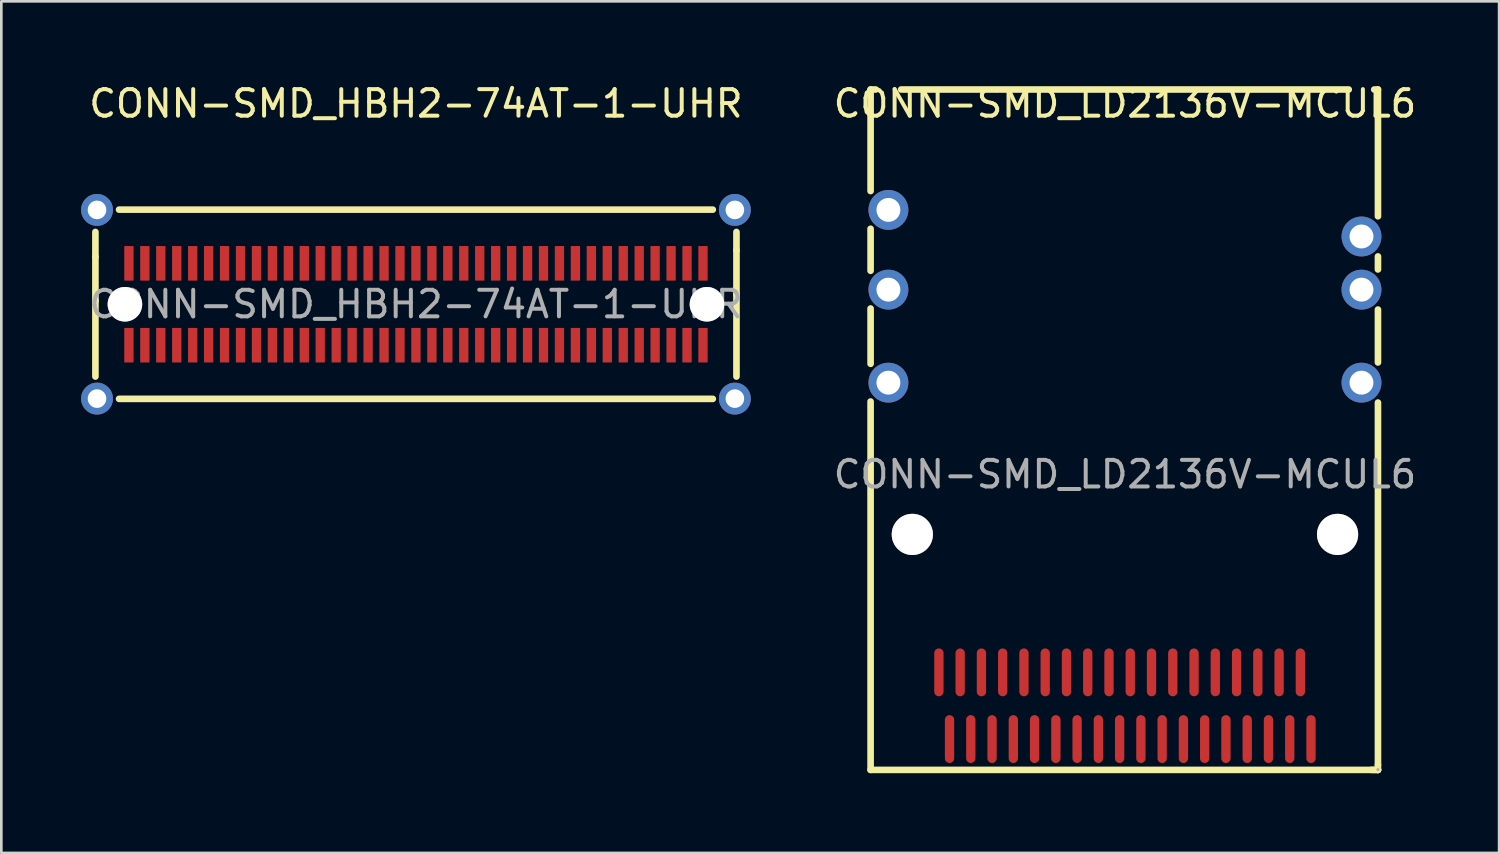
<source format=kicad_pcb>
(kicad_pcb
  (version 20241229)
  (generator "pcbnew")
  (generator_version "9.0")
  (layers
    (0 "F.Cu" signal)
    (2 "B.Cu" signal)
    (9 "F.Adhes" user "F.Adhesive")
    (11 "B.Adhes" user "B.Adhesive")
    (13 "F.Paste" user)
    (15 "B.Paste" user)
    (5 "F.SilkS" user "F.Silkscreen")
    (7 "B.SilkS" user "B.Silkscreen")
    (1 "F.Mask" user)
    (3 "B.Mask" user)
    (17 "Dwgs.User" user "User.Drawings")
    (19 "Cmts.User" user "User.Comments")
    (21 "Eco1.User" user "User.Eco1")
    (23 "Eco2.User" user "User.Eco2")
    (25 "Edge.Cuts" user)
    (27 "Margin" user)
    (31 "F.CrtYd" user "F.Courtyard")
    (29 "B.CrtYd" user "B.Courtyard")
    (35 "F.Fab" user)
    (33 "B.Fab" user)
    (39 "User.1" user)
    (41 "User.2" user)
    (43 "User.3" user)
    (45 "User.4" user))
  (footprint "CONN-SMD_LD2136V-MCUL6"
    (layer "F.Cu")
    (at 39.277 14.798)
    (property "Reference" "CONN-SMD_LD2136V-MCUL6" (at 0 -13.95 0) (layer "F.SilkS") (effects (font (size 1 1) (thickness 0.15))))
    (attr smd)
    (fp_line (start -9.57 -14.48) (end -9.38 -14.48) (stroke (width 0.25) (type solid)) (layer "F.SilkS"))
    (fp_line (start -9.57 -10.66) (end -9.57 -14.48) (stroke (width 0.25) (type solid)) (layer "F.SilkS"))
    (fp_line (start -9.57 -7.66) (end -9.57 -9.24) (stroke (width 0.25) (type solid)) (layer "F.SilkS"))
    (fp_line (start -9.57 -4.16) (end -9.57 -6.24) (stroke (width 0.25) (type solid)) (layer "F.SilkS"))
    (fp_line (start -9.57 11.12) (end -9.57 -2.74) (stroke (width 0.25) (type solid)) (layer "F.SilkS"))
    (fp_line (start -8.42 -14.48) (end 8.42 -14.48) (stroke (width 0.25) (type solid)) (layer "F.SilkS"))
    (fp_line (start 9.38 -14.48) (end 9.52 -14.48) (stroke (width 0.25) (type solid)) (layer "F.SilkS"))
    (fp_line (start 9.52 -14.48) (end 9.52 -9.71) (stroke (width 0.25) (type solid)) (layer "F.SilkS"))
    (fp_line (start 9.52 -8.2) (end 9.52 -7.71) (stroke (width 0.25) (type solid)) (layer "F.SilkS"))
    (fp_line (start 9.52 -6.2) (end 9.52 -4.21) (stroke (width 0.25) (type solid)) (layer "F.SilkS"))
    (fp_line (start 9.52 -2.7) (end 9.52 10.93) (stroke (width 0.25) (type solid)) (layer "F.SilkS"))
    (fp_line (start 9.52 10.93) (end 9.52 11.12) (stroke (width 0.25) (type solid)) (layer "F.SilkS"))
    (fp_line (start 9.52 11.11) (end 9.52 11.12) (stroke (width 0.25) (type solid)) (layer "F.SilkS"))
    (fp_line (start 9.52 11.12) (end -9.57 11.12) (stroke (width 0.25) (type solid)) (layer "F.SilkS"))
    (fp_line (start 9.52 11.12) (end 9.28 11.12) (stroke (width 0.25) (type solid)) (layer "F.SilkS"))
    (fp_circle (center -8 2.26) (end -7.65 2.26) (stroke (width 0.7) (type solid)) (fill no) (layer "Cmts.User"))
    (fp_circle (center 8 2.26) (end 8.35 2.26) (stroke (width 0.7) (type solid)) (fill no) (layer "Cmts.User"))
    (fp_circle (center 9.52 11.11) (end 9.55 11.11) (stroke (width 0.06) (type solid)) (fill no) (layer "F.Fab"))
    (fp_text user "${REFERENCE}" (at 0 0 0) (layer "F.Fab") (effects (font (size 1 1) (thickness 0.15))))
    (pad "" thru_hole circle (at -8 2.26) (size 1.55 1.55) (drill 1.55) (layers "*.Cu" "*.Mask"))
    (pad "" thru_hole circle (at 8 2.26) (size 1.55 1.55) (drill 1.55) (layers "*.Cu" "*.Mask"))
    (pad "A1" smd oval (at 6.6 7.45) (size 0.35 1.8) (layers "F.Cu" "F.Mask" "F.Paste"))
    (pad "A2" smd oval (at 5.8 7.45) (size 0.35 1.8) (layers "F.Cu" "F.Mask" "F.Paste"))
    (pad "A3" smd oval (at 5 7.45) (size 0.35 1.8) (layers "F.Cu" "F.Mask" "F.Paste"))
    (pad "A4" smd oval (at 4.2 7.45) (size 0.35 1.8) (layers "F.Cu" "F.Mask" "F.Paste"))
    (pad "A5" smd oval (at 3.4 7.45) (size 0.35 1.8) (layers "F.Cu" "F.Mask" "F.Paste"))
    (pad "A6" smd oval (at 2.6 7.45) (size 0.35 1.8) (layers "F.Cu" "F.Mask" "F.Paste"))
    (pad "A7" smd oval (at 1.8 7.45) (size 0.35 1.8) (layers "F.Cu" "F.Mask" "F.Paste"))
    (pad "A8" smd oval (at 1 7.45) (size 0.35 1.8) (layers "F.Cu" "F.Mask" "F.Paste"))
    (pad "A9" smd oval (at 0.2 7.45) (size 0.35 1.8) (layers "F.Cu" "F.Mask" "F.Paste"))
    (pad "A10" smd oval (at -0.6 7.45) (size 0.35 1.8) (layers "F.Cu" "F.Mask" "F.Paste"))
    (pad "A11" smd oval (at -1.4 7.45) (size 0.35 1.8) (layers "F.Cu" "F.Mask" "F.Paste"))
    (pad "A12" smd oval (at -2.2 7.45) (size 0.35 1.8) (layers "F.Cu" "F.Mask" "F.Paste"))
    (pad "A13" smd oval (at -3 7.45) (size 0.35 1.8) (layers "F.Cu" "F.Mask" "F.Paste"))
    (pad "A14" smd oval (at -3.8 7.45) (size 0.35 1.8) (layers "F.Cu" "F.Mask" "F.Paste"))
    (pad "A15" smd oval (at -4.6 7.45) (size 0.35 1.8) (layers "F.Cu" "F.Mask" "F.Paste"))
    (pad "A16" smd oval (at -5.4 7.45) (size 0.35 1.8) (layers "F.Cu" "F.Mask" "F.Paste"))
    (pad "A17" smd oval (at -6.2 7.45) (size 0.35 1.8) (layers "F.Cu" "F.Mask" "F.Paste"))
    (pad "A18" smd oval (at -7 7.45) (size 0.35 1.8) (layers "F.Cu" "F.Mask" "F.Paste"))
    (pad "B1" smd oval (at 7 9.96) (size 0.35 1.8) (layers "F.Cu" "F.Mask" "F.Paste"))
    (pad "B2" smd oval (at 6.2 9.96) (size 0.35 1.8) (layers "F.Cu" "F.Mask" "F.Paste"))
    (pad "B3" smd oval (at 5.4 9.96) (size 0.35 1.8) (layers "F.Cu" "F.Mask" "F.Paste"))
    (pad "B4" smd oval (at 4.6 9.96) (size 0.35 1.8) (layers "F.Cu" "F.Mask" "F.Paste"))
    (pad "B5" smd oval (at 3.8 9.96) (size 0.35 1.8) (layers "F.Cu" "F.Mask" "F.Paste"))
    (pad "B6" smd oval (at 3 9.96) (size 0.35 1.8) (layers "F.Cu" "F.Mask" "F.Paste"))
    (pad "B7" smd oval (at 2.2 9.96) (size 0.35 1.8) (layers "F.Cu" "F.Mask" "F.Paste"))
    (pad "B8" smd oval (at 1.4 9.96) (size 0.35 1.8) (layers "F.Cu" "F.Mask" "F.Paste"))
    (pad "B9" smd oval (at 0.6 9.96) (size 0.35 1.8) (layers "F.Cu" "F.Mask" "F.Paste"))
    (pad "B10" smd oval (at -0.2 9.96) (size 0.35 1.8) (layers "F.Cu" "F.Mask" "F.Paste"))
    (pad "B11" smd oval (at -1 9.96) (size 0.35 1.8) (layers "F.Cu" "F.Mask" "F.Paste"))
    (pad "B12" smd oval (at -1.8 9.96) (size 0.35 1.8) (layers "F.Cu" "F.Mask" "F.Paste"))
    (pad "B13" smd oval (at -2.6 9.96) (size 0.35 1.8) (layers "F.Cu" "F.Mask" "F.Paste"))
    (pad "B14" smd oval (at -3.4 9.96) (size 0.35 1.8) (layers "F.Cu" "F.Mask" "F.Paste"))
    (pad "B15" smd oval (at -4.2 9.96) (size 0.35 1.8) (layers "F.Cu" "F.Mask" "F.Paste"))
    (pad "B16" smd oval (at -5 9.96) (size 0.35 1.8) (layers "F.Cu" "F.Mask" "F.Paste"))
    (pad "B17" smd oval (at -5.8 9.96) (size 0.35 1.8) (layers "F.Cu" "F.Mask" "F.Paste"))
    (pad "B18" smd oval (at -6.6 9.96) (size 0.35 1.8) (layers "F.Cu" "F.Mask" "F.Paste"))
    (pad "SH" thru_hole circle (at -8.9 -9.95) (size 1.5 1.5) (drill 0.9) (layers "*.Cu" "*.Mask"))
    (pad "SH" thru_hole circle (at -8.9 -6.95) (size 1.5 1.5) (drill 0.9) (layers "*.Cu" "*.Mask"))
    (pad "SH" thru_hole circle (at -8.9 -3.45) (size 1.5 1.5) (drill 0.9) (layers "*.Cu" "*.Mask"))
    (pad "SH" thru_hole circle (at 8.9 -8.95) (size 1.5 1.5) (drill 0.9) (layers "*.Cu" "*.Mask"))
    (pad "SH" thru_hole circle (at 8.9 -6.95) (size 1.5 1.5) (drill 0.9) (layers "*.Cu" "*.Mask"))
    (pad "SH" thru_hole circle (at 8.9 -3.45) (size 1.5 1.5) (drill 0.9) (layers "*.Cu" "*.Mask")))
  (footprint "CONN-SMD_HBH2-74AT-1-UHR"
    (layer "F.Cu")
    (at 12.6 8.398)
    (property "Reference" "CONN-SMD_HBH2-74AT-1-UHR" (at 0 -7.55 0) (layer "F.SilkS") (effects (font (size 1 1) (thickness 0.15))))
    (attr through_hole)
    (fp_line (start -12.06 -1.78) (end -12.06 -2.72) (stroke (width 0.25) (type solid)) (layer "F.SilkS"))
    (fp_line (start -12.06 -1.78) (end -12.06 -0.13) (stroke (width 0.25) (type solid)) (layer "F.SilkS"))
    (fp_line (start -12.06 -0.13) (end -12.06 2.72) (stroke (width 0.25) (type solid)) (layer "F.SilkS"))
    (fp_line (start -11.17 -3.56) (end 11.17 -3.56) (stroke (width 0.25) (type solid)) (layer "F.SilkS"))
    (fp_line (start -11.17 3.56) (end 11.17 3.56) (stroke (width 0.25) (type solid)) (layer "F.SilkS"))
    (fp_line (start 12.06 -2.03) (end 12.06 -2.72) (stroke (width 0.25) (type solid)) (layer "F.SilkS"))
    (fp_line (start 12.06 -2.03) (end 12.06 -0.38) (stroke (width 0.25) (type solid)) (layer "F.SilkS"))
    (fp_line (start 12.06 -0.38) (end 12.06 2.72) (stroke (width 0.25) (type solid)) (layer "F.SilkS"))
    (fp_text user "${REFERENCE}" (at 0 0 0) (layer "F.Fab") (effects (font (size 1 1) (thickness 0.15))))
    (pad "" thru_hole circle (at -10.95 0) (size 1.3 1.3) (drill 1.3) (layers "*.Cu" "*.Mask"))
    (pad "" thru_hole circle (at 10.95 0) (size 1.3 1.3) (drill 1.3) (layers "*.Cu" "*.Mask"))
    (pad "1" smd rect (at -10.8 1.54) (size 0.35 1.3) (layers "F.Cu" "F.Mask" "F.Paste"))
    (pad "2" smd rect (at -10.2 1.54) (size 0.35 1.3) (layers "F.Cu" "F.Mask" "F.Paste"))
    (pad "3" smd rect (at -9.6 1.54) (size 0.35 1.3) (layers "F.Cu" "F.Mask" "F.Paste"))
    (pad "4" smd rect (at -9 1.54) (size 0.35 1.3) (layers "F.Cu" "F.Mask" "F.Paste"))
    (pad "5" smd rect (at -8.4 1.54) (size 0.35 1.3) (layers "F.Cu" "F.Mask" "F.Paste"))
    (pad "6" smd rect (at -7.8 1.54) (size 0.35 1.3) (layers "F.Cu" "F.Mask" "F.Paste"))
    (pad "7" smd rect (at -7.2 1.54) (size 0.35 1.3) (layers "F.Cu" "F.Mask" "F.Paste"))
    (pad "8" smd rect (at -6.6 1.54) (size 0.35 1.3) (layers "F.Cu" "F.Mask" "F.Paste"))
    (pad "9" smd rect (at -6 1.54) (size 0.35 1.3) (layers "F.Cu" "F.Mask" "F.Paste"))
    (pad "10" smd rect (at -5.4 1.54) (size 0.35 1.3) (layers "F.Cu" "F.Mask" "F.Paste"))
    (pad "11" smd rect (at -4.8 1.54) (size 0.35 1.3) (layers "F.Cu" "F.Mask" "F.Paste"))
    (pad "12" smd rect (at -4.2 1.54) (size 0.35 1.3) (layers "F.Cu" "F.Mask" "F.Paste"))
    (pad "13" smd rect (at -3.6 1.54) (size 0.35 1.3) (layers "F.Cu" "F.Mask" "F.Paste"))
    (pad "14" smd rect (at -3 1.54) (size 0.35 1.3) (layers "F.Cu" "F.Mask" "F.Paste"))
    (pad "15" smd rect (at -2.4 1.54) (size 0.35 1.3) (layers "F.Cu" "F.Mask" "F.Paste"))
    (pad "16" smd rect (at -1.8 1.54) (size 0.35 1.3) (layers "F.Cu" "F.Mask" "F.Paste"))
    (pad "17" smd rect (at -1.2 1.54) (size 0.35 1.3) (layers "F.Cu" "F.Mask" "F.Paste"))
    (pad "18" smd rect (at -0.6 1.54) (size 0.35 1.3) (layers "F.Cu" "F.Mask" "F.Paste"))
    (pad "19" smd rect (at 0 1.54) (size 0.35 1.3) (layers "F.Cu" "F.Mask" "F.Paste"))
    (pad "20" smd rect (at 0.6 1.54) (size 0.35 1.3) (layers "F.Cu" "F.Mask" "F.Paste"))
    (pad "21" smd rect (at 1.2 1.54) (size 0.35 1.3) (layers "F.Cu" "F.Mask" "F.Paste"))
    (pad "22" smd rect (at 1.8 1.54) (size 0.35 1.3) (layers "F.Cu" "F.Mask" "F.Paste"))
    (pad "23" smd rect (at 2.4 1.54) (size 0.35 1.3) (layers "F.Cu" "F.Mask" "F.Paste"))
    (pad "24" smd rect (at 3 1.54) (size 0.35 1.3) (layers "F.Cu" "F.Mask" "F.Paste"))
    (pad "25" smd rect (at 3.6 1.54) (size 0.35 1.3) (layers "F.Cu" "F.Mask" "F.Paste"))
    (pad "26" smd rect (at 4.2 1.54) (size 0.35 1.3) (layers "F.Cu" "F.Mask" "F.Paste"))
    (pad "27" smd rect (at 4.8 1.54) (size 0.35 1.3) (layers "F.Cu" "F.Mask" "F.Paste"))
    (pad "28" smd rect (at 5.4 1.54) (size 0.35 1.3) (layers "F.Cu" "F.Mask" "F.Paste"))
    (pad "29" smd rect (at 6 1.54) (size 0.35 1.3) (layers "F.Cu" "F.Mask" "F.Paste"))
    (pad "30" smd rect (at 6.6 1.54) (size 0.35 1.3) (layers "F.Cu" "F.Mask" "F.Paste"))
    (pad "31" smd rect (at 7.2 1.54) (size 0.35 1.3) (layers "F.Cu" "F.Mask" "F.Paste"))
    (pad "32" smd rect (at 7.8 1.54) (size 0.35 1.3) (layers "F.Cu" "F.Mask" "F.Paste"))
    (pad "33" smd rect (at 8.4 1.54) (size 0.35 1.3) (layers "F.Cu" "F.Mask" "F.Paste"))
    (pad "34" smd rect (at 9 1.54) (size 0.35 1.3) (layers "F.Cu" "F.Mask" "F.Paste"))
    (pad "35" smd rect (at 9.6 1.54) (size 0.35 1.3) (layers "F.Cu" "F.Mask" "F.Paste"))
    (pad "36" smd rect (at 10.2 1.54) (size 0.35 1.3) (layers "F.Cu" "F.Mask" "F.Paste"))
    (pad "37" smd rect (at 10.8 1.54) (size 0.35 1.3) (layers "F.Cu" "F.Mask" "F.Paste"))
    (pad "38" smd rect (at -10.8 -1.54) (size 0.35 1.3) (layers "F.Cu" "F.Mask" "F.Paste"))
    (pad "39" smd rect (at -10.2 -1.54) (size 0.35 1.3) (layers "F.Cu" "F.Mask" "F.Paste"))
    (pad "40" smd rect (at -9.6 -1.54) (size 0.35 1.3) (layers "F.Cu" "F.Mask" "F.Paste"))
    (pad "41" smd rect (at -9 -1.54) (size 0.35 1.3) (layers "F.Cu" "F.Mask" "F.Paste"))
    (pad "42" smd rect (at -8.4 -1.54) (size 0.35 1.3) (layers "F.Cu" "F.Mask" "F.Paste"))
    (pad "43" smd rect (at -7.8 -1.54) (size 0.35 1.3) (layers "F.Cu" "F.Mask" "F.Paste"))
    (pad "44" smd rect (at -7.2 -1.54) (size 0.35 1.3) (layers "F.Cu" "F.Mask" "F.Paste"))
    (pad "45" smd rect (at -6.6 -1.54) (size 0.35 1.3) (layers "F.Cu" "F.Mask" "F.Paste"))
    (pad "46" smd rect (at -6 -1.54) (size 0.35 1.3) (layers "F.Cu" "F.Mask" "F.Paste"))
    (pad "47" smd rect (at -5.4 -1.54) (size 0.35 1.3) (layers "F.Cu" "F.Mask" "F.Paste"))
    (pad "48" smd rect (at -4.8 -1.54) (size 0.35 1.3) (layers "F.Cu" "F.Mask" "F.Paste"))
    (pad "49" smd rect (at -4.2 -1.54) (size 0.35 1.3) (layers "F.Cu" "F.Mask" "F.Paste"))
    (pad "50" smd rect (at -3.6 -1.54) (size 0.35 1.3) (layers "F.Cu" "F.Mask" "F.Paste"))
    (pad "51" smd rect (at -3 -1.54) (size 0.35 1.3) (layers "F.Cu" "F.Mask" "F.Paste"))
    (pad "52" smd rect (at -2.4 -1.54) (size 0.35 1.3) (layers "F.Cu" "F.Mask" "F.Paste"))
    (pad "53" smd rect (at -1.8 -1.54) (size 0.35 1.3) (layers "F.Cu" "F.Mask" "F.Paste"))
    (pad "54" smd rect (at -1.2 -1.54) (size 0.35 1.3) (layers "F.Cu" "F.Mask" "F.Paste"))
    (pad "55" smd rect (at -0.6 -1.54) (size 0.35 1.3) (layers "F.Cu" "F.Mask" "F.Paste"))
    (pad "56" smd rect (at 0 -1.54) (size 0.35 1.3) (layers "F.Cu" "F.Mask" "F.Paste"))
    (pad "57" smd rect (at 0.6 -1.54) (size 0.35 1.3) (layers "F.Cu" "F.Mask" "F.Paste"))
    (pad "58" smd rect (at 1.2 -1.54) (size 0.35 1.3) (layers "F.Cu" "F.Mask" "F.Paste"))
    (pad "59" smd rect (at 1.8 -1.54) (size 0.35 1.3) (layers "F.Cu" "F.Mask" "F.Paste"))
    (pad "60" smd rect (at 2.4 -1.54) (size 0.35 1.3) (layers "F.Cu" "F.Mask" "F.Paste"))
    (pad "61" smd rect (at 3 -1.54) (size 0.35 1.3) (layers "F.Cu" "F.Mask" "F.Paste"))
    (pad "62" smd rect (at 3.6 -1.54) (size 0.35 1.3) (layers "F.Cu" "F.Mask" "F.Paste"))
    (pad "63" smd rect (at 4.2 -1.54) (size 0.35 1.3) (layers "F.Cu" "F.Mask" "F.Paste"))
    (pad "64" smd rect (at 4.8 -1.54) (size 0.35 1.3) (layers "F.Cu" "F.Mask" "F.Paste"))
    (pad "65" smd rect (at 5.4 -1.54) (size 0.35 1.3) (layers "F.Cu" "F.Mask" "F.Paste"))
    (pad "66" smd rect (at 6 -1.54) (size 0.35 1.3) (layers "F.Cu" "F.Mask" "F.Paste"))
    (pad "67" smd rect (at 6.6 -1.54) (size 0.35 1.3) (layers "F.Cu" "F.Mask" "F.Paste"))
    (pad "68" smd rect (at 7.2 -1.54) (size 0.35 1.3) (layers "F.Cu" "F.Mask" "F.Paste"))
    (pad "69" smd rect (at 7.8 -1.54) (size 0.35 1.3) (layers "F.Cu" "F.Mask" "F.Paste"))
    (pad "70" smd rect (at 8.4 -1.54) (size 0.35 1.3) (layers "F.Cu" "F.Mask" "F.Paste"))
    (pad "71" smd rect (at 9 -1.54) (size 0.35 1.3) (layers "F.Cu" "F.Mask" "F.Paste"))
    (pad "72" smd rect (at 9.6 -1.54) (size 0.35 1.3) (layers "F.Cu" "F.Mask" "F.Paste"))
    (pad "73" smd rect (at 10.2 -1.54) (size 0.35 1.3) (layers "F.Cu" "F.Mask" "F.Paste"))
    (pad "74" smd rect (at 10.8 -1.54) (size 0.35 1.3) (layers "F.Cu" "F.Mask" "F.Paste"))
    (pad "75" thru_hole circle (at 12 -3.55) (size 1.2 1.2) (drill 0.7) (layers "*.Cu" "*.Mask"))
    (pad "75" thru_hole circle (at 12 3.55) (size 1.2 1.2) (drill 0.7) (layers "*.Cu" "*.Mask"))
    (pad "76" thru_hole circle (at -12 -3.55) (size 1.2 1.2) (drill 0.7) (layers "*.Cu" "*.Mask"))
    (pad "76" thru_hole circle (at -12 3.55) (size 1.2 1.2) (drill 0.7) (layers "*.Cu" "*.Mask")))
  (gr_rect
    (start -3 -3)
    (end 53.355 29.043)
    (stroke (width 0.1) (type default))
    (fill no)
    (layer "Edge.Cuts")))
</source>
